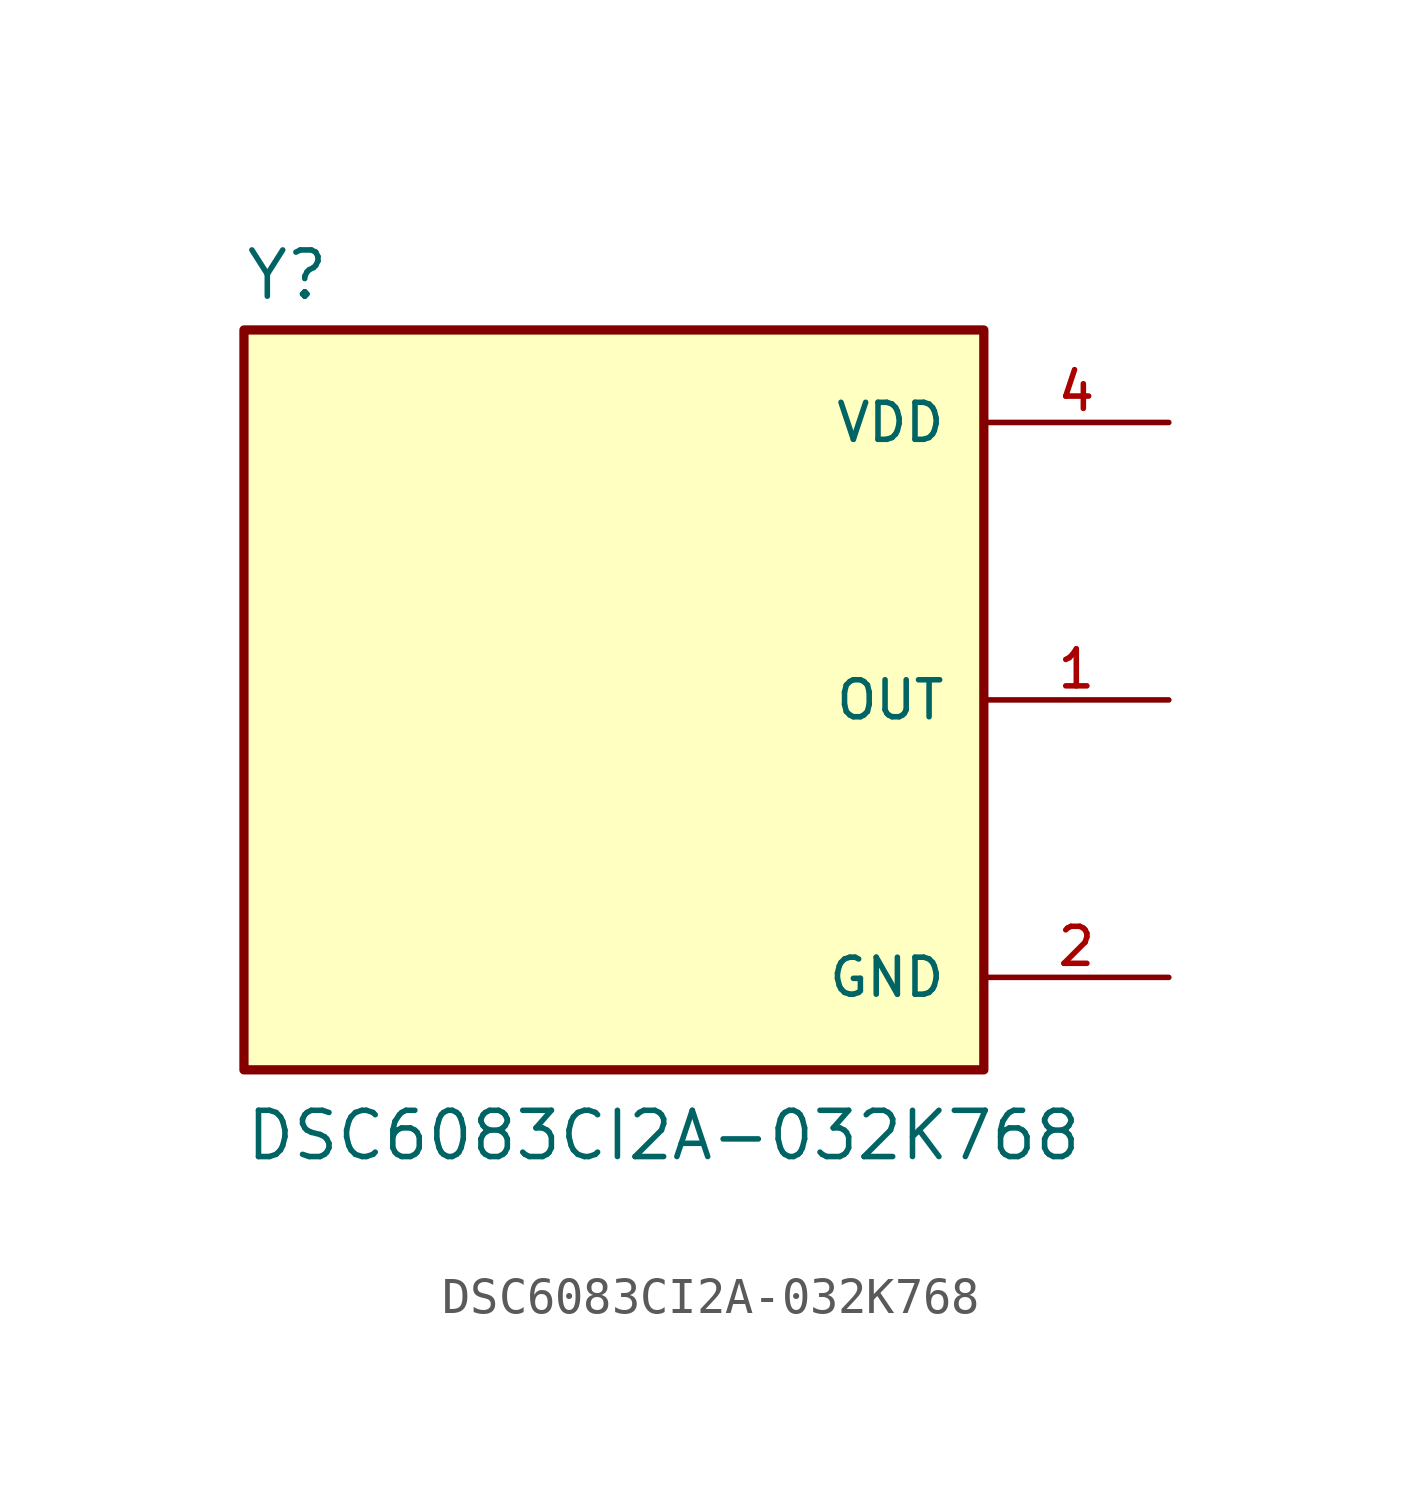
<source format=kicad_sym>
(kicad_symbol_lib
  (version 20211014)
  (generator kicad_symbol_editor)
  (symbol "DSC6083CI2A-032K768"
    (pin_names
      (offset 1.016))
    (property "Reference" "Y"
      (at -10.163 10.925 0)
      (effects (font (size 1.27 1.27)) (justify bottom left)))
    (property "Value" "DSC6083CI2A-032K768"
      (at -10.163 -12.704 0)
      (effects (font (size 1.27 1.27)) (justify bottom left)))
    (symbol "DSC6083CI2A-032K768_0_0"
      (rectangle (start -10.16 -10.16) (end 10.16 10.16) (stroke (width 0.254)) (fill (type background)))
      (pin output line (at 15.24 0.0 180.0) (length 5.08) (name "OUT" (effects (font (size 1.016 1.016)))) (number "1" (effects (font (size 1.016 1.016)))))
      (pin power_in line (at 15.24 7.62 180.0) (length 5.08) (name "VDD" (effects (font (size 1.016 1.016)))) (number "4" (effects (font (size 1.016 1.016)))))
      (pin power_in line (at 15.24 -7.62 180.0) (length 5.08) (name "GND" (effects (font (size 1.016 1.016)))) (number "2" (effects (font (size 1.016 1.016))))))))
</source>
